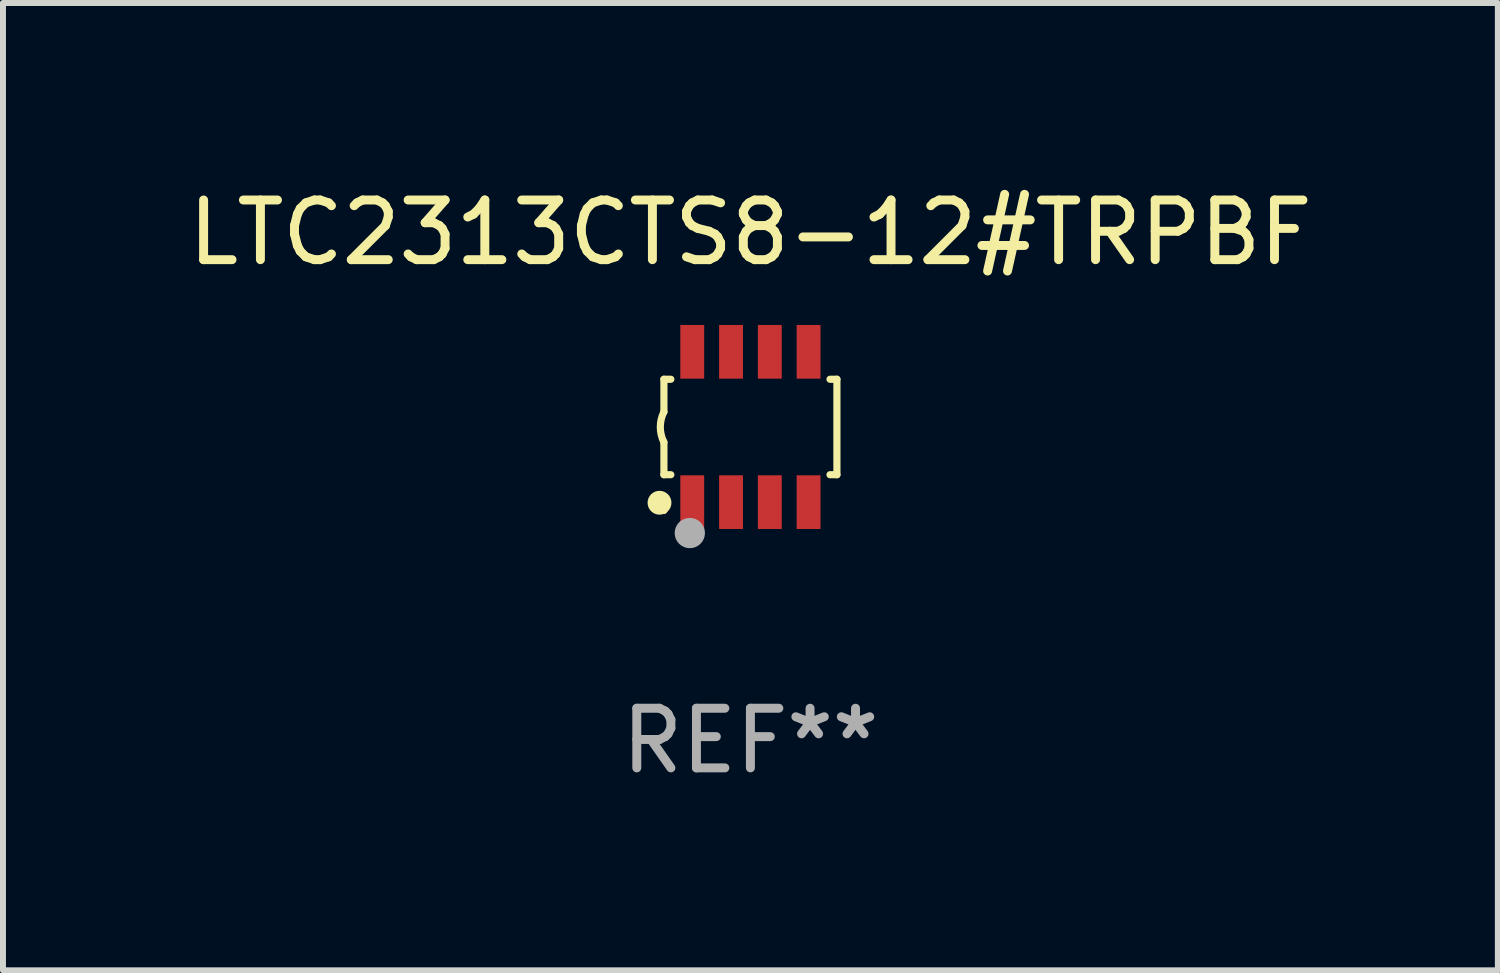
<source format=kicad_pcb>
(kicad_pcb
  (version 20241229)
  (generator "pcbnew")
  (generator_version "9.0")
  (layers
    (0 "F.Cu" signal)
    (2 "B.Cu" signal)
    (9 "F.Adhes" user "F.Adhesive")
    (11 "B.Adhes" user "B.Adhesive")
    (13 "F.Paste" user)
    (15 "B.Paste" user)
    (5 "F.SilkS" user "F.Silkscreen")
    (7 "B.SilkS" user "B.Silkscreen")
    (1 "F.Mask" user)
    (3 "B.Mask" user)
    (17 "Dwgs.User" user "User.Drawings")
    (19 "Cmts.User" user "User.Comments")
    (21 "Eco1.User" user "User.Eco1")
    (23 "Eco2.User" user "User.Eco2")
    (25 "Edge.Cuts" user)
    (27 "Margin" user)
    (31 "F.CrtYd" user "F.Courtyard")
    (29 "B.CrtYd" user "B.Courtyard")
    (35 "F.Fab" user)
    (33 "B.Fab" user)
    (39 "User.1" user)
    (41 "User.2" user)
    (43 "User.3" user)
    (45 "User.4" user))
  (footprint "LTC2313CTS8-12#TRPBF"
    (layer "F.Cu")
    (at 9.53 4.108)
    (property "Reference" "LTC2313CTS8-12#TRPBF" (at 0 -3.26 0) (layer "F.SilkS") (effects (font (size 1 1) (thickness 0.15))))
    (attr through_hole)
    (fp_line (start -1.45 -0.8) (end -1.45 -0.254) (stroke (width 0.12) (type solid)) (layer "F.SilkS"))
    (fp_line (start -1.45 -0.8) (end -1.334 -0.8) (stroke (width 0.12) (type solid)) (layer "F.SilkS"))
    (fp_line (start -1.45 0.8) (end -1.45 0.254) (stroke (width 0.12) (type solid)) (layer "F.SilkS"))
    (fp_line (start -1.45 0.8) (end -1.334 0.8) (stroke (width 0.12) (type solid)) (layer "F.SilkS"))
    (fp_line (start 1.334 -0.8) (end 1.45 -0.8) (stroke (width 0.12) (type solid)) (layer "F.SilkS"))
    (fp_line (start 1.334 0.8) (end 1.45 0.8) (stroke (width 0.12) (type solid)) (layer "F.SilkS"))
    (fp_line (start 1.45 0.8) (end 1.45 -0.8) (stroke (width 0.12) (type solid)) (layer "F.SilkS"))
    (fp_arc (start -1.45075 0.255144) (mid -1.510605 0.000434) (end -1.450013 -0.254102) (stroke (width 0.11999) (type solid)) (layer "F.SilkS"))
    (fp_circle (center -1.524 1.27) (end -1.424 1.27) (stroke (width 0.2) (type solid)) (fill no) (layer "F.SilkS"))
    (fp_circle (center -1.45 1.4) (end -1.42 1.4) (stroke (width 0.06) (type solid)) (fill no) (layer "F.SilkS"))
    (fp_circle (center -1.016 1.778) (end -0.889 1.778) (stroke (width 0.254) (type solid)) (fill no) (layer "F.Fab"))
    (fp_text user "REF**" (at 0 5.26 0) (layer "F.Fab") (effects (font (size 1 1) (thickness 0.15))))
    (pad "1" smd rect (at -0.975 1.26) (size 0.4 0.9) (layers "F.Cu" "F.Mask" "F.Paste"))
    (pad "2" smd rect (at -0.325 1.26) (size 0.4 0.9) (layers "F.Cu" "F.Mask" "F.Paste"))
    (pad "3" smd rect (at 0.325 1.26) (size 0.4 0.9) (layers "F.Cu" "F.Mask" "F.Paste"))
    (pad "4" smd rect (at 0.975 1.26) (size 0.4 0.9) (layers "F.Cu" "F.Mask" "F.Paste"))
    (pad "5" smd rect (at 0.975 -1.26) (size 0.4 0.9) (layers "F.Cu" "F.Mask" "F.Paste"))
    (pad "6" smd rect (at 0.325 -1.26) (size 0.4 0.9) (layers "F.Cu" "F.Mask" "F.Paste"))
    (pad "7" smd rect (at -0.325 -1.26) (size 0.4 0.9) (layers "F.Cu" "F.Mask" "F.Paste"))
    (pad "8" smd rect (at -0.975 -1.26) (size 0.4 0.9) (layers "F.Cu" "F.Mask" "F.Paste")))
  (gr_rect
    (start -3 -3)
    (end 22.06 13.216)
    (stroke (width 0.1) (type default))
    (fill no)
    (layer "Edge.Cuts")))
</source>
